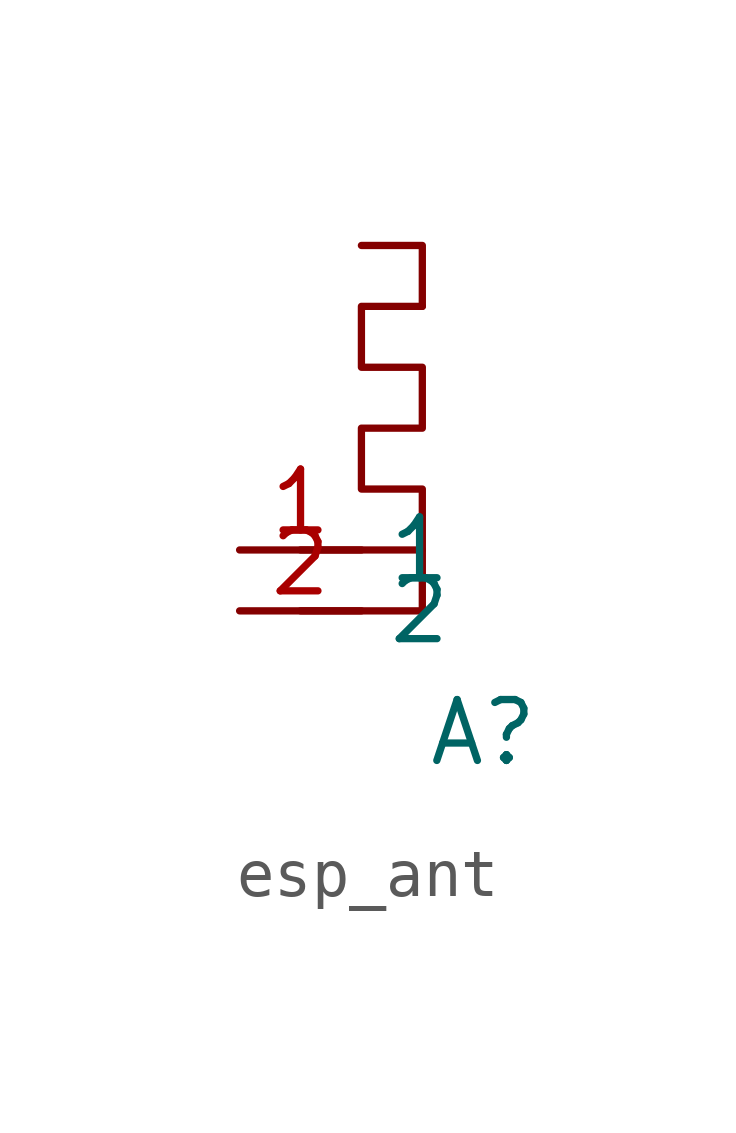
<source format=kicad_sym>
(kicad_symbol_lib
  (version 20241209)
  (generator "kicad_symbol_editor")
  (generator_version "9.0")
  (symbol "esp_ant"
    (property "Reference" "A"
      (at 0 0 0)
      (effects (font (size 1.27 1.27))))
    (property "Value" ""
      (at 0 0 0)
      (effects (font (size 1.27 1.27))))
    (symbol "esp_ant_0_1"
      (polyline (pts (xy -3.81 2.54) (xy -1.27 2.54) (xy -1.27 3.81) (xy -3.81 3.81)) (stroke (width 0) (type default)) (fill (type none)))
      (polyline (pts (xy -1.27 8.89) (xy -1.27 10.16) (xy -2.54 10.16)) (stroke (width 0) (type default)) (fill (type none)))
      (polyline (pts (xy -1.27 3.81) (xy -1.27 5.08) (xy -2.54 5.08) (xy -2.54 6.35) (xy -1.27 6.35) (xy -1.27 7.62) (xy -2.54 7.62) (xy -2.54 8.89) (xy -1.27 8.89)) (stroke (width 0) (type default)) (fill (type none))))
    (symbol "esp_ant_1_1"
      (pin input line (at -5.08 3.81 0) (length 2.54) (name "1" (effects (font (size 1.27 1.27)))) (number "1" (effects (font (size 1.27 1.27)))))
      (pin input line (at -5.08 2.54 0) (length 2.54) (name "2" (effects (font (size 1.27 1.27)))) (number "2" (effects (font (size 1.27 1.27))))))))
</source>
